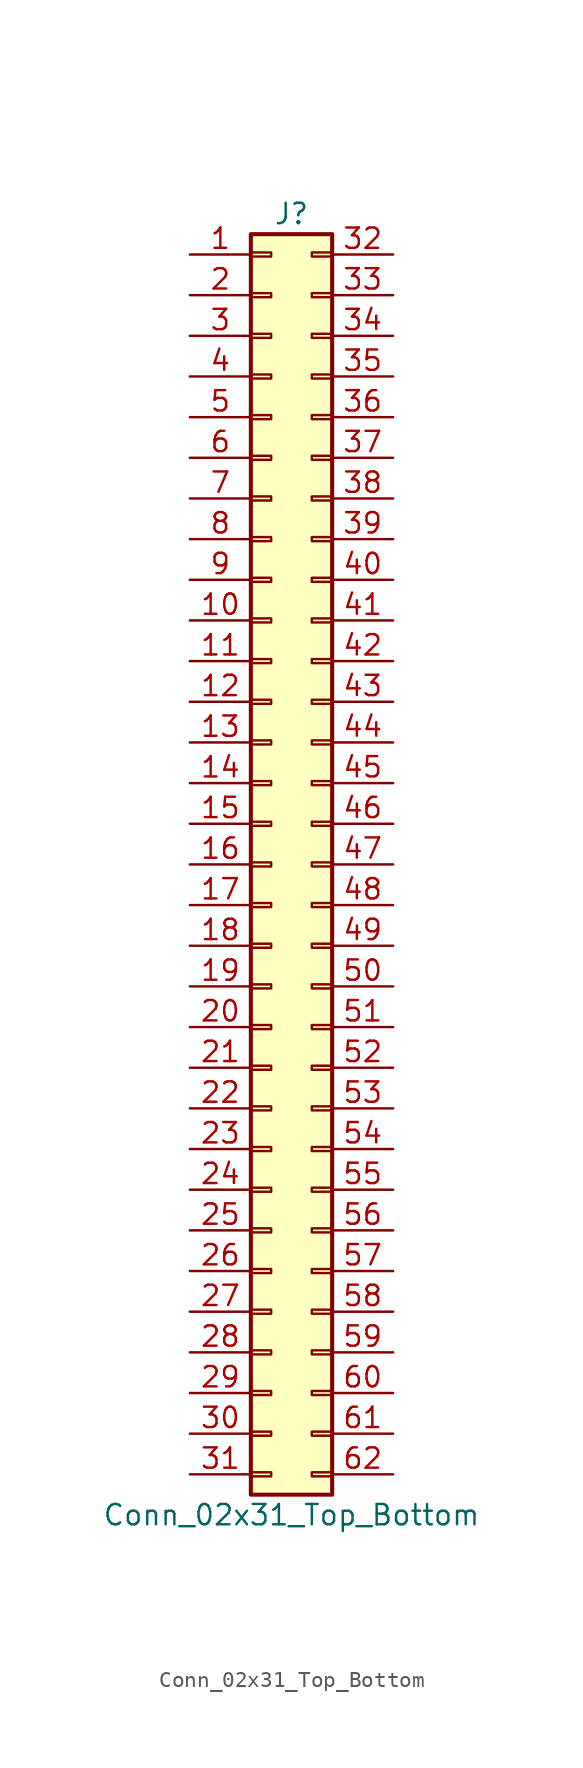
<source format=kicad_sym>
(kicad_symbol_lib
  (version 20201005)
  (generator kicad_symbol_editor)
  (symbol "Conn_02x31_Top_Bottom"
    (pin_names
      (offset 1.016) hide)
    (property "Reference" "J"
      (at 1.27 40.64 0)
      (effects (font (size 1.27 1.27))))
    (property "Value" "Conn_02x31_Top_Bottom"
      (at 1.27 -40.64 0)
      (effects (font (size 1.27 1.27))))
    (symbol "Conn_02x31_Top_Bottom_1_1"
      (rectangle (start -1.27 -37.973) (end 0 -38.227) (stroke (width 0.152)) (fill (type none)))
      (rectangle (start -1.27 -35.433) (end 0 -35.687) (stroke (width 0.152)) (fill (type none)))
      (rectangle (start -1.27 -32.893) (end 0 -33.147) (stroke (width 0.152)) (fill (type none)))
      (rectangle (start -1.27 -30.353) (end 0 -30.607) (stroke (width 0.152)) (fill (type none)))
      (rectangle (start -1.27 -27.813) (end 0 -28.067) (stroke (width 0.152)) (fill (type none)))
      (rectangle (start -1.27 -25.273) (end 0 -25.527) (stroke (width 0.152)) (fill (type none)))
      (rectangle (start -1.27 -22.733) (end 0 -22.987) (stroke (width 0.152)) (fill (type none)))
      (rectangle (start -1.27 -20.193) (end 0 -20.447) (stroke (width 0.152)) (fill (type none)))
      (rectangle (start -1.27 -17.653) (end 0 -17.907) (stroke (width 0.152)) (fill (type none)))
      (rectangle (start -1.27 -15.113) (end 0 -15.367) (stroke (width 0.152)) (fill (type none)))
      (rectangle (start -1.27 -12.573) (end 0 -12.827) (stroke (width 0.152)) (fill (type none)))
      (rectangle (start -1.27 -10.033) (end 0 -10.287) (stroke (width 0.152)) (fill (type none)))
      (rectangle (start -1.27 -7.493) (end 0 -7.747) (stroke (width 0.152)) (fill (type none)))
      (rectangle (start -1.27 -4.953) (end 0 -5.207) (stroke (width 0.152)) (fill (type none)))
      (rectangle (start -1.27 -2.413) (end 0 -2.667) (stroke (width 0.152)) (fill (type none)))
      (rectangle (start -1.27 0.127) (end 0 -0.127) (stroke (width 0.152)) (fill (type none)))
      (rectangle (start -1.27 2.667) (end 0 2.413) (stroke (width 0.152)) (fill (type none)))
      (rectangle (start -1.27 5.207) (end 0 4.953) (stroke (width 0.152)) (fill (type none)))
      (rectangle (start -1.27 7.747) (end 0 7.493) (stroke (width 0.152)) (fill (type none)))
      (rectangle (start -1.27 10.287) (end 0 10.033) (stroke (width 0.152)) (fill (type none)))
      (rectangle (start -1.27 12.827) (end 0 12.573) (stroke (width 0.152)) (fill (type none)))
      (rectangle (start -1.27 15.367) (end 0 15.113) (stroke (width 0.152)) (fill (type none)))
      (rectangle (start -1.27 17.907) (end 0 17.653) (stroke (width 0.152)) (fill (type none)))
      (rectangle (start -1.27 20.447) (end 0 20.193) (stroke (width 0.152)) (fill (type none)))
      (rectangle (start -1.27 22.987) (end 0 22.733) (stroke (width 0.152)) (fill (type none)))
      (rectangle (start -1.27 25.527) (end 0 25.273) (stroke (width 0.152)) (fill (type none)))
      (rectangle (start -1.27 28.067) (end 0 27.813) (stroke (width 0.152)) (fill (type none)))
      (rectangle (start -1.27 30.607) (end 0 30.353) (stroke (width 0.152)) (fill (type none)))
      (rectangle (start -1.27 33.147) (end 0 32.893) (stroke (width 0.152)) (fill (type none)))
      (rectangle (start -1.27 35.687) (end 0 35.433) (stroke (width 0.152)) (fill (type none)))
      (rectangle (start -1.27 38.227) (end 0 37.973) (stroke (width 0.152)) (fill (type none)))
      (rectangle (start 3.81 -37.973) (end 2.54 -38.227) (stroke (width 0.152)) (fill (type none)))
      (rectangle (start 3.81 -35.433) (end 2.54 -35.687) (stroke (width 0.152)) (fill (type none)))
      (rectangle (start 3.81 -32.893) (end 2.54 -33.147) (stroke (width 0.152)) (fill (type none)))
      (rectangle (start 3.81 -30.353) (end 2.54 -30.607) (stroke (width 0.152)) (fill (type none)))
      (rectangle (start 3.81 -27.813) (end 2.54 -28.067) (stroke (width 0.152)) (fill (type none)))
      (rectangle (start 3.81 -25.273) (end 2.54 -25.527) (stroke (width 0.152)) (fill (type none)))
      (rectangle (start 3.81 -22.733) (end 2.54 -22.987) (stroke (width 0.152)) (fill (type none)))
      (rectangle (start 3.81 -20.193) (end 2.54 -20.447) (stroke (width 0.152)) (fill (type none)))
      (rectangle (start 3.81 -17.653) (end 2.54 -17.907) (stroke (width 0.152)) (fill (type none)))
      (rectangle (start 3.81 -15.113) (end 2.54 -15.367) (stroke (width 0.152)) (fill (type none)))
      (rectangle (start 3.81 -12.573) (end 2.54 -12.827) (stroke (width 0.152)) (fill (type none)))
      (rectangle (start 3.81 -10.033) (end 2.54 -10.287) (stroke (width 0.152)) (fill (type none)))
      (rectangle (start 3.81 -7.493) (end 2.54 -7.747) (stroke (width 0.152)) (fill (type none)))
      (rectangle (start 3.81 -4.953) (end 2.54 -5.207) (stroke (width 0.152)) (fill (type none)))
      (rectangle (start 3.81 -2.413) (end 2.54 -2.667) (stroke (width 0.152)) (fill (type none)))
      (rectangle (start 3.81 0.127) (end 2.54 -0.127) (stroke (width 0.152)) (fill (type none)))
      (rectangle (start 3.81 2.667) (end 2.54 2.413) (stroke (width 0.152)) (fill (type none)))
      (rectangle (start 3.81 5.207) (end 2.54 4.953) (stroke (width 0.152)) (fill (type none)))
      (rectangle (start 3.81 7.747) (end 2.54 7.493) (stroke (width 0.152)) (fill (type none)))
      (rectangle (start 3.81 10.287) (end 2.54 10.033) (stroke (width 0.152)) (fill (type none)))
      (rectangle (start 3.81 12.827) (end 2.54 12.573) (stroke (width 0.152)) (fill (type none)))
      (rectangle (start 3.81 15.367) (end 2.54 15.113) (stroke (width 0.152)) (fill (type none)))
      (rectangle (start 3.81 17.907) (end 2.54 17.653) (stroke (width 0.152)) (fill (type none)))
      (rectangle (start 3.81 20.447) (end 2.54 20.193) (stroke (width 0.152)) (fill (type none)))
      (rectangle (start 3.81 22.987) (end 2.54 22.733) (stroke (width 0.152)) (fill (type none)))
      (rectangle (start 3.81 25.527) (end 2.54 25.273) (stroke (width 0.152)) (fill (type none)))
      (rectangle (start 3.81 28.067) (end 2.54 27.813) (stroke (width 0.152)) (fill (type none)))
      (rectangle (start 3.81 30.607) (end 2.54 30.353) (stroke (width 0.152)) (fill (type none)))
      (rectangle (start 3.81 33.147) (end 2.54 32.893) (stroke (width 0.152)) (fill (type none)))
      (rectangle (start 3.81 35.687) (end 2.54 35.433) (stroke (width 0.152)) (fill (type none)))
      (rectangle (start 3.81 38.227) (end 2.54 37.973) (stroke (width 0.152)) (fill (type none)))
      (rectangle (start -1.27 39.37) (end 3.81 -39.37) (stroke (width 0.254)) (fill (type background)))
      (pin passive line (at -5.08 38.1 0) (length 3.81) (name "Pin_1" (effects (font (size 1.27 1.27)))) (number "1" (effects (font (size 1.27 1.27)))))
      (pin passive line (at -5.08 15.24 0) (length 3.81) (name "Pin_10" (effects (font (size 1.27 1.27)))) (number "10" (effects (font (size 1.27 1.27)))))
      (pin passive line (at -5.08 12.7 0) (length 3.81) (name "Pin_11" (effects (font (size 1.27 1.27)))) (number "11" (effects (font (size 1.27 1.27)))))
      (pin passive line (at -5.08 10.16 0) (length 3.81) (name "Pin_12" (effects (font (size 1.27 1.27)))) (number "12" (effects (font (size 1.27 1.27)))))
      (pin passive line (at -5.08 7.62 0) (length 3.81) (name "Pin_13" (effects (font (size 1.27 1.27)))) (number "13" (effects (font (size 1.27 1.27)))))
      (pin passive line (at -5.08 5.08 0) (length 3.81) (name "Pin_14" (effects (font (size 1.27 1.27)))) (number "14" (effects (font (size 1.27 1.27)))))
      (pin passive line (at -5.08 2.54 0) (length 3.81) (name "Pin_15" (effects (font (size 1.27 1.27)))) (number "15" (effects (font (size 1.27 1.27)))))
      (pin passive line (at -5.08 0 0) (length 3.81) (name "Pin_16" (effects (font (size 1.27 1.27)))) (number "16" (effects (font (size 1.27 1.27)))))
      (pin passive line (at -5.08 -2.54 0) (length 3.81) (name "Pin_17" (effects (font (size 1.27 1.27)))) (number "17" (effects (font (size 1.27 1.27)))))
      (pin passive line (at -5.08 -5.08 0) (length 3.81) (name "Pin_18" (effects (font (size 1.27 1.27)))) (number "18" (effects (font (size 1.27 1.27)))))
      (pin passive line (at -5.08 -7.62 0) (length 3.81) (name "Pin_19" (effects (font (size 1.27 1.27)))) (number "19" (effects (font (size 1.27 1.27)))))
      (pin passive line (at -5.08 35.56 0) (length 3.81) (name "Pin_2" (effects (font (size 1.27 1.27)))) (number "2" (effects (font (size 1.27 1.27)))))
      (pin passive line (at -5.08 -10.16 0) (length 3.81) (name "Pin_20" (effects (font (size 1.27 1.27)))) (number "20" (effects (font (size 1.27 1.27)))))
      (pin passive line (at -5.08 -12.7 0) (length 3.81) (name "Pin_21" (effects (font (size 1.27 1.27)))) (number "21" (effects (font (size 1.27 1.27)))))
      (pin passive line (at -5.08 -15.24 0) (length 3.81) (name "Pin_22" (effects (font (size 1.27 1.27)))) (number "22" (effects (font (size 1.27 1.27)))))
      (pin passive line (at -5.08 -17.78 0) (length 3.81) (name "Pin_23" (effects (font (size 1.27 1.27)))) (number "23" (effects (font (size 1.27 1.27)))))
      (pin passive line (at -5.08 -20.32 0) (length 3.81) (name "Pin_24" (effects (font (size 1.27 1.27)))) (number "24" (effects (font (size 1.27 1.27)))))
      (pin passive line (at -5.08 -22.86 0) (length 3.81) (name "Pin_25" (effects (font (size 1.27 1.27)))) (number "25" (effects (font (size 1.27 1.27)))))
      (pin passive line (at -5.08 -25.4 0) (length 3.81) (name "Pin_26" (effects (font (size 1.27 1.27)))) (number "26" (effects (font (size 1.27 1.27)))))
      (pin passive line (at -5.08 -27.94 0) (length 3.81) (name "Pin_27" (effects (font (size 1.27 1.27)))) (number "27" (effects (font (size 1.27 1.27)))))
      (pin passive line (at -5.08 -30.48 0) (length 3.81) (name "Pin_28" (effects (font (size 1.27 1.27)))) (number "28" (effects (font (size 1.27 1.27)))))
      (pin passive line (at -5.08 -33.02 0) (length 3.81) (name "Pin_29" (effects (font (size 1.27 1.27)))) (number "29" (effects (font (size 1.27 1.27)))))
      (pin passive line (at -5.08 33.02 0) (length 3.81) (name "Pin_3" (effects (font (size 1.27 1.27)))) (number "3" (effects (font (size 1.27 1.27)))))
      (pin passive line (at -5.08 -35.56 0) (length 3.81) (name "Pin_30" (effects (font (size 1.27 1.27)))) (number "30" (effects (font (size 1.27 1.27)))))
      (pin passive line (at -5.08 -38.1 0) (length 3.81) (name "Pin_31" (effects (font (size 1.27 1.27)))) (number "31" (effects (font (size 1.27 1.27)))))
      (pin passive line (at 7.62 38.1 180) (length 3.81) (name "Pin_32" (effects (font (size 1.27 1.27)))) (number "32" (effects (font (size 1.27 1.27)))))
      (pin passive line (at 7.62 35.56 180) (length 3.81) (name "Pin_33" (effects (font (size 1.27 1.27)))) (number "33" (effects (font (size 1.27 1.27)))))
      (pin passive line (at 7.62 33.02 180) (length 3.81) (name "Pin_34" (effects (font (size 1.27 1.27)))) (number "34" (effects (font (size 1.27 1.27)))))
      (pin passive line (at 7.62 30.48 180) (length 3.81) (name "Pin_35" (effects (font (size 1.27 1.27)))) (number "35" (effects (font (size 1.27 1.27)))))
      (pin passive line (at 7.62 27.94 180) (length 3.81) (name "Pin_36" (effects (font (size 1.27 1.27)))) (number "36" (effects (font (size 1.27 1.27)))))
      (pin passive line (at 7.62 25.4 180) (length 3.81) (name "Pin_37" (effects (font (size 1.27 1.27)))) (number "37" (effects (font (size 1.27 1.27)))))
      (pin passive line (at 7.62 22.86 180) (length 3.81) (name "Pin_38" (effects (font (size 1.27 1.27)))) (number "38" (effects (font (size 1.27 1.27)))))
      (pin passive line (at 7.62 20.32 180) (length 3.81) (name "Pin_39" (effects (font (size 1.27 1.27)))) (number "39" (effects (font (size 1.27 1.27)))))
      (pin passive line (at -5.08 30.48 0) (length 3.81) (name "Pin_4" (effects (font (size 1.27 1.27)))) (number "4" (effects (font (size 1.27 1.27)))))
      (pin passive line (at 7.62 17.78 180) (length 3.81) (name "Pin_40" (effects (font (size 1.27 1.27)))) (number "40" (effects (font (size 1.27 1.27)))))
      (pin passive line (at 7.62 15.24 180) (length 3.81) (name "Pin_41" (effects (font (size 1.27 1.27)))) (number "41" (effects (font (size 1.27 1.27)))))
      (pin passive line (at 7.62 12.7 180) (length 3.81) (name "Pin_42" (effects (font (size 1.27 1.27)))) (number "42" (effects (font (size 1.27 1.27)))))
      (pin passive line (at 7.62 10.16 180) (length 3.81) (name "Pin_43" (effects (font (size 1.27 1.27)))) (number "43" (effects (font (size 1.27 1.27)))))
      (pin passive line (at 7.62 7.62 180) (length 3.81) (name "Pin_44" (effects (font (size 1.27 1.27)))) (number "44" (effects (font (size 1.27 1.27)))))
      (pin passive line (at 7.62 5.08 180) (length 3.81) (name "Pin_45" (effects (font (size 1.27 1.27)))) (number "45" (effects (font (size 1.27 1.27)))))
      (pin passive line (at 7.62 2.54 180) (length 3.81) (name "Pin_46" (effects (font (size 1.27 1.27)))) (number "46" (effects (font (size 1.27 1.27)))))
      (pin passive line (at 7.62 0 180) (length 3.81) (name "Pin_47" (effects (font (size 1.27 1.27)))) (number "47" (effects (font (size 1.27 1.27)))))
      (pin passive line (at 7.62 -2.54 180) (length 3.81) (name "Pin_48" (effects (font (size 1.27 1.27)))) (number "48" (effects (font (size 1.27 1.27)))))
      (pin passive line (at 7.62 -5.08 180) (length 3.81) (name "Pin_49" (effects (font (size 1.27 1.27)))) (number "49" (effects (font (size 1.27 1.27)))))
      (pin passive line (at -5.08 27.94 0) (length 3.81) (name "Pin_5" (effects (font (size 1.27 1.27)))) (number "5" (effects (font (size 1.27 1.27)))))
      (pin passive line (at 7.62 -7.62 180) (length 3.81) (name "Pin_50" (effects (font (size 1.27 1.27)))) (number "50" (effects (font (size 1.27 1.27)))))
      (pin passive line (at 7.62 -10.16 180) (length 3.81) (name "Pin_51" (effects (font (size 1.27 1.27)))) (number "51" (effects (font (size 1.27 1.27)))))
      (pin passive line (at 7.62 -12.7 180) (length 3.81) (name "Pin_52" (effects (font (size 1.27 1.27)))) (number "52" (effects (font (size 1.27 1.27)))))
      (pin passive line (at 7.62 -15.24 180) (length 3.81) (name "Pin_53" (effects (font (size 1.27 1.27)))) (number "53" (effects (font (size 1.27 1.27)))))
      (pin passive line (at 7.62 -17.78 180) (length 3.81) (name "Pin_54" (effects (font (size 1.27 1.27)))) (number "54" (effects (font (size 1.27 1.27)))))
      (pin passive line (at 7.62 -20.32 180) (length 3.81) (name "Pin_55" (effects (font (size 1.27 1.27)))) (number "55" (effects (font (size 1.27 1.27)))))
      (pin passive line (at 7.62 -22.86 180) (length 3.81) (name "Pin_56" (effects (font (size 1.27 1.27)))) (number "56" (effects (font (size 1.27 1.27)))))
      (pin passive line (at 7.62 -25.4 180) (length 3.81) (name "Pin_57" (effects (font (size 1.27 1.27)))) (number "57" (effects (font (size 1.27 1.27)))))
      (pin passive line (at 7.62 -27.94 180) (length 3.81) (name "Pin_58" (effects (font (size 1.27 1.27)))) (number "58" (effects (font (size 1.27 1.27)))))
      (pin passive line (at 7.62 -30.48 180) (length 3.81) (name "Pin_59" (effects (font (size 1.27 1.27)))) (number "59" (effects (font (size 1.27 1.27)))))
      (pin passive line (at -5.08 25.4 0) (length 3.81) (name "Pin_6" (effects (font (size 1.27 1.27)))) (number "6" (effects (font (size 1.27 1.27)))))
      (pin passive line (at 7.62 -33.02 180) (length 3.81) (name "Pin_60" (effects (font (size 1.27 1.27)))) (number "60" (effects (font (size 1.27 1.27)))))
      (pin passive line (at 7.62 -35.56 180) (length 3.81) (name "Pin_61" (effects (font (size 1.27 1.27)))) (number "61" (effects (font (size 1.27 1.27)))))
      (pin passive line (at 7.62 -38.1 180) (length 3.81) (name "Pin_62" (effects (font (size 1.27 1.27)))) (number "62" (effects (font (size 1.27 1.27)))))
      (pin passive line (at -5.08 22.86 0) (length 3.81) (name "Pin_7" (effects (font (size 1.27 1.27)))) (number "7" (effects (font (size 1.27 1.27)))))
      (pin passive line (at -5.08 20.32 0) (length 3.81) (name "Pin_8" (effects (font (size 1.27 1.27)))) (number "8" (effects (font (size 1.27 1.27)))))
      (pin passive line (at -5.08 17.78 0) (length 3.81) (name "Pin_9" (effects (font (size 1.27 1.27)))) (number "9" (effects (font (size 1.27 1.27))))))))
</source>
